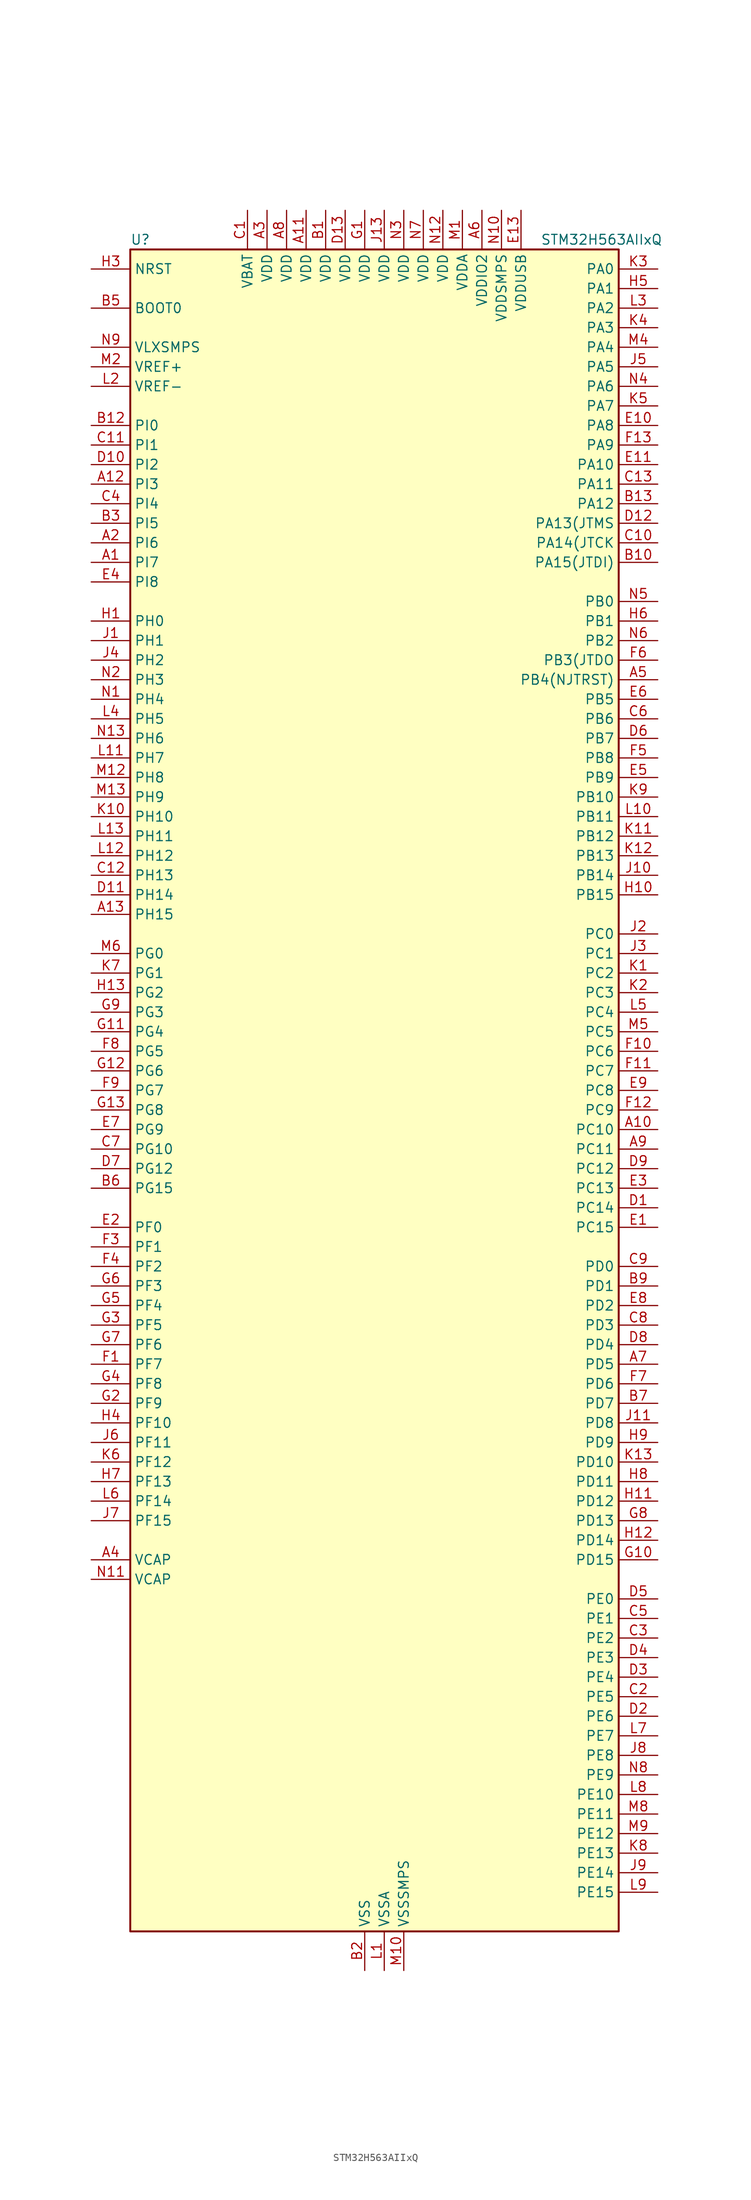
<source format=kicad_sym>
(kicad_symbol_lib
  (version 20231120)
  (generator "kicad_symbol_editor")
  (generator_version "8.0")
  (symbol "STM32H563AIIxQ"
    (property "Reference" "U"
      (at -30.48 110.49 0)
      (effects (font (size 1.27 1.27)) (justify left)))
    (property "Value" "STM32H563AIIxQ"
      (at 22.86 110.49 0)
      (effects (font (size 1.27 1.27)) (justify left)))
    (property "ki_locked" ""
      (at 0 0 0)
      (effects (font (size 1.27 1.27))))
    (symbol "STM32H563AIIxQ_0_1"
      (rectangle (start -30.48 -109.22) (end 33.02 109.22) (stroke (width 0.254) (type default)) (fill (type background))))
    (symbol "STM32H563AIIxQ_1_1"
      (pin bidirectional line (at -35.56 68.58 0) (length 5.08) (name "PI7" (effects (font (size 1.27 1.27)))) (number "A1" (effects (font (size 1.27 1.27)))) (alternate "DCMI_D7" bidirectional line) (alternate "PSSI_D7" bidirectional line) (alternate "SAI2_FS_A" bidirectional line) (alternate "TIM8_CH3" bidirectional line))
      (pin bidirectional line (at 38.1 -5.08 180) (length 5.08) (name "PC10" (effects (font (size 1.27 1.27)))) (number "A10" (effects (font (size 1.27 1.27)))) (alternate "DCMI_D8" bidirectional line) (alternate "ETH_TXD0" bidirectional line) (alternate "I2S3_CK" bidirectional line) (alternate "LPTIM3_ETR" bidirectional line) (alternate "OCTOSPI1_IO1" bidirectional line) (alternate "PSSI_D8" bidirectional line) (alternate "SDMMC1_D2" bidirectional line) (alternate "SPI3_SCK" bidirectional line) (alternate "UART4_TX" bidirectional line) (alternate "USART3_TX" bidirectional line))
      (pin power_in line (at -7.62 114.3 270) (length 5.08) (name "VDD" (effects (font (size 1.27 1.27)))) (number "A11" (effects (font (size 1.27 1.27)))))
      (pin bidirectional line (at -35.56 78.74 0) (length 5.08) (name "PI3" (effects (font (size 1.27 1.27)))) (number "A12" (effects (font (size 1.27 1.27)))) (alternate "DCMI_D10" bidirectional line) (alternate "I2S2_SDO" bidirectional line) (alternate "PSSI_D10" bidirectional line) (alternate "SPI2_MOSI" bidirectional line) (alternate "TIM8_ETR" bidirectional line))
      (pin bidirectional line (at -35.56 22.86 0) (length 5.08) (name "PH15" (effects (font (size 1.27 1.27)))) (number "A13" (effects (font (size 1.27 1.27)))) (alternate "ADC1_EXTI15" bidirectional line) (alternate "ADC2_EXTI15" bidirectional line) (alternate "DCMI_D11" bidirectional line) (alternate "PSSI_D11" bidirectional line) (alternate "TIM8_CH3N" bidirectional line))
      (pin bidirectional line (at -35.56 71.12 0) (length 5.08) (name "PI6" (effects (font (size 1.27 1.27)))) (number "A2" (effects (font (size 1.27 1.27)))) (alternate "DCMI_D6" bidirectional line) (alternate "PSSI_D6" bidirectional line) (alternate "SAI2_SD_A" bidirectional line) (alternate "TIM8_CH2" bidirectional line))
      (pin power_in line (at -12.7 114.3 270) (length 5.08) (name "VDD" (effects (font (size 1.27 1.27)))) (number "A3" (effects (font (size 1.27 1.27)))))
      (pin power_out line (at -35.56 -60.96 0) (length 5.08) (name "VCAP" (effects (font (size 1.27 1.27)))) (number "A4" (effects (font (size 1.27 1.27)))))
      (pin bidirectional line (at 38.1 53.34 180) (length 5.08) (name "PB4(NJTRST)" (effects (font (size 1.27 1.27)))) (number "A5" (effects (font (size 1.27 1.27)))) (alternate "DCMI_D7" bidirectional line) (alternate "DEBUG_JTRST" bidirectional line) (alternate "I2S1_SDI" bidirectional line) (alternate "I2S2_WS" bidirectional line) (alternate "I2S3_SDI" bidirectional line) (alternate "LPTIM1_CH2" bidirectional line) (alternate "OCTOSPI1_CLK" bidirectional line) (alternate "PSSI_D7" bidirectional line) (alternate "SDMMC2_D3" bidirectional line) (alternate "SPI1_MISO" bidirectional line) (alternate "SPI2_NSS" bidirectional line) (alternate "SPI3_MISO" bidirectional line) (alternate "SPI6_MISO" bidirectional line) (alternate "TIM16_BKIN" bidirectional line) (alternate "TIM3_CH1" bidirectional line) (alternate "UART7_TX" bidirectional line))
      (pin power_in line (at 15.24 114.3 270) (length 5.08) (name "VDDIO2" (effects (font (size 1.27 1.27)))) (number "A6" (effects (font (size 1.27 1.27)))))
      (pin bidirectional line (at 38.1 -35.56 180) (length 5.08) (name "PD5" (effects (font (size 1.27 1.27)))) (number "A7" (effects (font (size 1.27 1.27)))) (alternate "FDCAN1_TX" bidirectional line) (alternate "FMC_NWE" bidirectional line) (alternate "OCTOSPI1_IO5" bidirectional line) (alternate "SPI2_RDY" bidirectional line) (alternate "TIM1_CH4N" bidirectional line) (alternate "USART2_TX" bidirectional line))
      (pin power_in line (at -10.16 114.3 270) (length 5.08) (name "VDD" (effects (font (size 1.27 1.27)))) (number "A8" (effects (font (size 1.27 1.27)))))
      (pin bidirectional line (at 38.1 -7.62 180) (length 5.08) (name "PC11" (effects (font (size 1.27 1.27)))) (number "A9" (effects (font (size 1.27 1.27)))) (alternate "ADC1_EXTI11" bidirectional line) (alternate "ADC2_EXTI11" bidirectional line) (alternate "DCMI_D4" bidirectional line) (alternate "I2S3_SDI" bidirectional line) (alternate "LPTIM3_IN1" bidirectional line) (alternate "OCTOSPI1_NCS" bidirectional line) (alternate "PSSI_D4" bidirectional line) (alternate "SDMMC1_D3" bidirectional line) (alternate "SPI3_MISO" bidirectional line) (alternate "UART4_RX" bidirectional line) (alternate "USART3_RX" bidirectional line))
      (pin power_in line (at -5.08 114.3 270) (length 5.08) (name "VDD" (effects (font (size 1.27 1.27)))) (number "B1" (effects (font (size 1.27 1.27)))))
      (pin bidirectional line (at 38.1 68.58 180) (length 5.08) (name "PA15(JTDI)" (effects (font (size 1.27 1.27)))) (number "B10" (effects (font (size 1.27 1.27)))) (alternate "ADC1_EXTI15" bidirectional line) (alternate "ADC2_EXTI15" bidirectional line) (alternate "CEC" bidirectional line) (alternate "DCMI_D11" bidirectional line) (alternate "DEBUG_JTDI" bidirectional line) (alternate "FMC_NBL1" bidirectional line) (alternate "I2S1_WS" bidirectional line) (alternate "I2S3_WS" bidirectional line) (alternate "LPTIM3_IN2" bidirectional line) (alternate "PSSI_D11" bidirectional line) (alternate "SPI1_NSS" bidirectional line) (alternate "SPI3_NSS" bidirectional line) (alternate "SPI6_NSS" bidirectional line) (alternate "TIM2_CH1" bidirectional line) (alternate "TIM2_ETR" bidirectional line) (alternate "UART4_DE" bidirectional line) (alternate "UART4_RTS" bidirectional line) (alternate "UART7_TX" bidirectional line))
      (pin passive line (at 0 -114.3 90) (length 5.08) hide (name "VSS" (effects (font (size 1.27 1.27)))) (number "B11" (effects (font (size 1.27 1.27)))))
      (pin bidirectional line (at -35.56 86.36 0) (length 5.08) (name "PI0" (effects (font (size 1.27 1.27)))) (number "B12" (effects (font (size 1.27 1.27)))) (alternate "DCMI_D13" bidirectional line) (alternate "I2S2_WS" bidirectional line) (alternate "PSSI_D13" bidirectional line) (alternate "SPI2_NSS" bidirectional line) (alternate "TIM5_CH4" bidirectional line))
      (pin bidirectional line (at 38.1 76.2 180) (length 5.08) (name "PA12" (effects (font (size 1.27 1.27)))) (number "B13" (effects (font (size 1.27 1.27)))) (alternate "FDCAN1_TX" bidirectional line) (alternate "I2S2_CK" bidirectional line) (alternate "LPUART1_RTS" bidirectional line) (alternate "SAI2_FS_B" bidirectional line) (alternate "SPI2_SCK" bidirectional line) (alternate "TIM1_ETR" bidirectional line) (alternate "UART4_TX" bidirectional line) (alternate "USART1_RTS" bidirectional line) (alternate "USB_DP" bidirectional line))
      (pin power_in line (at 0 -114.3 90) (length 5.08) (name "VSS" (effects (font (size 1.27 1.27)))) (number "B2" (effects (font (size 1.27 1.27)))))
      (pin bidirectional line (at -35.56 73.66 0) (length 5.08) (name "PI5" (effects (font (size 1.27 1.27)))) (number "B3" (effects (font (size 1.27 1.27)))) (alternate "DCMI_VSYNC" bidirectional line) (alternate "PSSI_RDY" bidirectional line) (alternate "SAI2_SCK_A" bidirectional line) (alternate "TIM8_CH1" bidirectional line))
      (pin passive line (at 0 -114.3 90) (length 5.08) hide (name "VSS" (effects (font (size 1.27 1.27)))) (number "B4" (effects (font (size 1.27 1.27)))))
      (pin input line (at -35.56 101.6 0) (length 5.08) (name "BOOT0" (effects (font (size 1.27 1.27)))) (number "B5" (effects (font (size 1.27 1.27)))))
      (pin bidirectional line (at -35.56 -12.7 0) (length 5.08) (name "PG15" (effects (font (size 1.27 1.27)))) (number "B6" (effects (font (size 1.27 1.27)))) (alternate "ADC1_EXTI15" bidirectional line) (alternate "ADC2_EXTI15" bidirectional line) (alternate "DCMI_D13" bidirectional line) (alternate "FMC_SDNCAS" bidirectional line) (alternate "PSSI_D13" bidirectional line) (alternate "SPI4_RDY" bidirectional line) (alternate "USART10_CK" bidirectional line) (alternate "USART6_CTS" bidirectional line) (alternate "USART6_NSS" bidirectional line))
      (pin bidirectional line (at 38.1 -40.64 180) (length 5.08) (name "PD7" (effects (font (size 1.27 1.27)))) (number "B7" (effects (font (size 1.27 1.27)))) (alternate "FMC_NCE" bidirectional line) (alternate "FMC_NE1" bidirectional line) (alternate "I2S1_SDO" bidirectional line) (alternate "LPTIM4_OUT" bidirectional line) (alternate "OCTOSPI1_IO7" bidirectional line) (alternate "SDMMC2_CMD" bidirectional line) (alternate "SPI1_MOSI" bidirectional line) (alternate "USART2_CK" bidirectional line))
      (pin passive line (at 0 -114.3 90) (length 5.08) hide (name "VSS" (effects (font (size 1.27 1.27)))) (number "B8" (effects (font (size 1.27 1.27)))))
      (pin bidirectional line (at 38.1 -25.4 180) (length 5.08) (name "PD1" (effects (font (size 1.27 1.27)))) (number "B9" (effects (font (size 1.27 1.27)))) (alternate "FDCAN1_TX" bidirectional line) (alternate "FMC_D3" bidirectional line) (alternate "FMC_DA3" bidirectional line) (alternate "UART4_TX" bidirectional line))
      (pin power_in line (at -15.24 114.3 270) (length 5.08) (name "VBAT" (effects (font (size 1.27 1.27)))) (number "C1" (effects (font (size 1.27 1.27)))))
      (pin bidirectional line (at 38.1 71.12 180) (length 5.08) (name "PA14(JTCK" (effects (font (size 1.27 1.27)))) (number "C10" (effects (font (size 1.27 1.27)))) (alternate "DEBUG_JTCK-SWCLK" bidirectional line))
      (pin bidirectional line (at -35.56 83.82 0) (length 5.08) (name "PI1" (effects (font (size 1.27 1.27)))) (number "C11" (effects (font (size 1.27 1.27)))) (alternate "DCMI_D8" bidirectional line) (alternate "I2S2_CK" bidirectional line) (alternate "PSSI_D8" bidirectional line) (alternate "SPI2_SCK" bidirectional line) (alternate "TIM8_BKIN2" bidirectional line))
      (pin bidirectional line (at -35.56 27.94 0) (length 5.08) (name "PH13" (effects (font (size 1.27 1.27)))) (number "C12" (effects (font (size 1.27 1.27)))) (alternate "DCMI_D3" bidirectional line) (alternate "FDCAN1_TX" bidirectional line) (alternate "LPTIM1_IN2" bidirectional line) (alternate "PSSI_D3" bidirectional line) (alternate "TIM8_CH1N" bidirectional line) (alternate "UART4_TX" bidirectional line) (alternate "UART8_TX" bidirectional line))
      (pin bidirectional line (at 38.1 78.74 180) (length 5.08) (name "PA11" (effects (font (size 1.27 1.27)))) (number "C13" (effects (font (size 1.27 1.27)))) (alternate "ADC1_EXTI11" bidirectional line) (alternate "ADC2_EXTI11" bidirectional line) (alternate "FDCAN1_RX" bidirectional line) (alternate "I2S2_WS" bidirectional line) (alternate "LPUART1_CTS" bidirectional line) (alternate "SPI2_NSS" bidirectional line) (alternate "TIM1_CH4" bidirectional line) (alternate "UART4_RX" bidirectional line) (alternate "USART1_CTS" bidirectional line) (alternate "USART1_NSS" bidirectional line) (alternate "USB_DM" bidirectional line))
      (pin bidirectional line (at 38.1 -78.74 180) (length 5.08) (name "PE5" (effects (font (size 1.27 1.27)))) (number "C2" (effects (font (size 1.27 1.27)))) (alternate "DCMI_D6" bidirectional line) (alternate "DEBUG_TRACED2" bidirectional line) (alternate "FMC_A21" bidirectional line) (alternate "PSSI_D6" bidirectional line) (alternate "SAI1_CK2" bidirectional line) (alternate "SAI1_SCK_A" bidirectional line) (alternate "SPI4_MISO" bidirectional line) (alternate "TAMP_IN8" bidirectional line) (alternate "TAMP_OUT7" bidirectional line) (alternate "TIM15_CH1" bidirectional line))
      (pin bidirectional line (at 38.1 -71.12 180) (length 5.08) (name "PE2" (effects (font (size 1.27 1.27)))) (number "C3" (effects (font (size 1.27 1.27)))) (alternate "DCMI_D3" bidirectional line) (alternate "DEBUG_TRACECLK" bidirectional line) (alternate "ETH_TXD3" bidirectional line) (alternate "FMC_A23" bidirectional line) (alternate "LPTIM1_IN2" bidirectional line) (alternate "OCTOSPI1_IO2" bidirectional line) (alternate "PSSI_D3" bidirectional line) (alternate "SAI1_CK1" bidirectional line) (alternate "SAI1_MCLK_A" bidirectional line) (alternate "SPI4_SCK" bidirectional line) (alternate "UART8_TX" bidirectional line) (alternate "USART10_RX" bidirectional line))
      (pin bidirectional line (at -35.56 76.2 0) (length 5.08) (name "PI4" (effects (font (size 1.27 1.27)))) (number "C4" (effects (font (size 1.27 1.27)))) (alternate "DCMI_D5" bidirectional line) (alternate "PSSI_D5" bidirectional line) (alternate "SAI2_MCLK_A" bidirectional line) (alternate "SPI2_RDY" bidirectional line) (alternate "TIM8_BKIN" bidirectional line))
      (pin bidirectional line (at 38.1 -68.58 180) (length 5.08) (name "PE1" (effects (font (size 1.27 1.27)))) (number "C5" (effects (font (size 1.27 1.27)))) (alternate "DCMI_D3" bidirectional line) (alternate "FDCAN1_TX" bidirectional line) (alternate "FMC_NBL1" bidirectional line) (alternate "LPTIM1_IN2" bidirectional line) (alternate "PSSI_D3" bidirectional line) (alternate "UART8_TX" bidirectional line))
      (pin bidirectional line (at 38.1 48.26 180) (length 5.08) (name "PB6" (effects (font (size 1.27 1.27)))) (number "C6" (effects (font (size 1.27 1.27)))) (alternate "CEC" bidirectional line) (alternate "DCMI_D5" bidirectional line) (alternate "FDCAN2_TX" bidirectional line) (alternate "FMC_SDNE1" bidirectional line) (alternate "I2C1_SCL" bidirectional line) (alternate "I2C4_SCL" bidirectional line) (alternate "I3C1_SCL" bidirectional line) (alternate "LPUART1_TX" bidirectional line) (alternate "OCTOSPI1_NCS" bidirectional line) (alternate "PSSI_D5" bidirectional line) (alternate "TIM16_CH1N" bidirectional line) (alternate "TIM4_CH1" bidirectional line) (alternate "UART5_TX" bidirectional line) (alternate "USART1_TX" bidirectional line))
      (pin bidirectional line (at -35.56 -7.62 0) (length 5.08) (name "PG10" (effects (font (size 1.27 1.27)))) (number "C7" (effects (font (size 1.27 1.27)))) (alternate "DCMI_D2" bidirectional line) (alternate "FMC_NE3" bidirectional line) (alternate "I2S1_WS" bidirectional line) (alternate "PSSI_D2" bidirectional line) (alternate "SAI2_SD_B" bidirectional line) (alternate "SDMMC2_D1" bidirectional line) (alternate "SPI1_NSS" bidirectional line))
      (pin bidirectional line (at 38.1 -30.48 180) (length 5.08) (name "PD3" (effects (font (size 1.27 1.27)))) (number "C8" (effects (font (size 1.27 1.27)))) (alternate "DCMI_D5" bidirectional line) (alternate "FMC_CLK" bidirectional line) (alternate "I2S2_CK" bidirectional line) (alternate "PSSI_D5" bidirectional line) (alternate "PWR_WKUP8" bidirectional line) (alternate "SPI2_SCK" bidirectional line) (alternate "USART2_CTS" bidirectional line) (alternate "USART2_NSS" bidirectional line))
      (pin bidirectional line (at 38.1 -22.86 180) (length 5.08) (name "PD0" (effects (font (size 1.27 1.27)))) (number "C9" (effects (font (size 1.27 1.27)))) (alternate "FDCAN1_RX" bidirectional line) (alternate "FMC_D2" bidirectional line) (alternate "FMC_DA2" bidirectional line) (alternate "TIM8_CH4N" bidirectional line) (alternate "UART4_RX" bidirectional line) (alternate "UART9_CTS" bidirectional line))
      (pin bidirectional line (at 38.1 -15.24 180) (length 5.08) (name "PC14" (effects (font (size 1.27 1.27)))) (number "D1" (effects (font (size 1.27 1.27)))) (alternate "RCC_OSC32_IN" bidirectional line))
      (pin bidirectional line (at -35.56 81.28 0) (length 5.08) (name "PI2" (effects (font (size 1.27 1.27)))) (number "D10" (effects (font (size 1.27 1.27)))) (alternate "DCMI_D9" bidirectional line) (alternate "I2S2_SDI" bidirectional line) (alternate "PSSI_D9" bidirectional line) (alternate "SPI2_MISO" bidirectional line) (alternate "TIM8_CH4" bidirectional line))
      (pin bidirectional line (at -35.56 25.4 0) (length 5.08) (name "PH14" (effects (font (size 1.27 1.27)))) (number "D11" (effects (font (size 1.27 1.27)))) (alternate "DCMI_D4" bidirectional line) (alternate "FDCAN1_RX" bidirectional line) (alternate "PSSI_D4" bidirectional line) (alternate "TIM8_CH2N" bidirectional line) (alternate "UART4_RX" bidirectional line))
      (pin bidirectional line (at 38.1 73.66 180) (length 5.08) (name "PA13(JTMS" (effects (font (size 1.27 1.27)))) (number "D12" (effects (font (size 1.27 1.27)))) (alternate "DEBUG_JTMS-SWDIO" bidirectional line))
      (pin power_in line (at -2.54 114.3 270) (length 5.08) (name "VDD" (effects (font (size 1.27 1.27)))) (number "D13" (effects (font (size 1.27 1.27)))))
      (pin bidirectional line (at 38.1 -81.28 180) (length 5.08) (name "PE6" (effects (font (size 1.27 1.27)))) (number "D2" (effects (font (size 1.27 1.27)))) (alternate "DCMI_D7" bidirectional line) (alternate "DEBUG_TRACED3" bidirectional line) (alternate "FMC_A22" bidirectional line) (alternate "PSSI_D7" bidirectional line) (alternate "SAI1_D1" bidirectional line) (alternate "SAI1_SD_A" bidirectional line) (alternate "SAI2_MCLK_B" bidirectional line) (alternate "SPI4_MOSI" bidirectional line) (alternate "TAMP_IN3" bidirectional line) (alternate "TAMP_OUT6" bidirectional line) (alternate "TIM15_CH2" bidirectional line) (alternate "TIM1_BKIN2" bidirectional line))
      (pin bidirectional line (at 38.1 -76.2 180) (length 5.08) (name "PE4" (effects (font (size 1.27 1.27)))) (number "D3" (effects (font (size 1.27 1.27)))) (alternate "DCMI_D4" bidirectional line) (alternate "DEBUG_TRACED1" bidirectional line) (alternate "FMC_A20" bidirectional line) (alternate "PSSI_D4" bidirectional line) (alternate "SAI1_D2" bidirectional line) (alternate "SAI1_FS_A" bidirectional line) (alternate "SPI4_NSS" bidirectional line) (alternate "TAMP_IN7" bidirectional line) (alternate "TAMP_OUT8" bidirectional line) (alternate "TIM15_CH1N" bidirectional line))
      (pin bidirectional line (at 38.1 -73.66 180) (length 5.08) (name "PE3" (effects (font (size 1.27 1.27)))) (number "D4" (effects (font (size 1.27 1.27)))) (alternate "DEBUG_TRACED0" bidirectional line) (alternate "FMC_A19" bidirectional line) (alternate "SAI1_SD_B" bidirectional line) (alternate "TAMP_IN6" bidirectional line) (alternate "TAMP_OUT3" bidirectional line) (alternate "TIM15_BKIN" bidirectional line) (alternate "USART10_TX" bidirectional line))
      (pin bidirectional line (at 38.1 -66.04 180) (length 5.08) (name "PE0" (effects (font (size 1.27 1.27)))) (number "D5" (effects (font (size 1.27 1.27)))) (alternate "DCMI_D2" bidirectional line) (alternate "FDCAN1_RX" bidirectional line) (alternate "FMC_NBL0" bidirectional line) (alternate "LPTIM1_ETR" bidirectional line) (alternate "LPTIM2_CH2" bidirectional line) (alternate "LPTIM2_ETR" bidirectional line) (alternate "PSSI_D2" bidirectional line) (alternate "SAI2_MCLK_A" bidirectional line) (alternate "SPI3_RDY" bidirectional line) (alternate "TIM4_ETR" bidirectional line) (alternate "UART8_RX" bidirectional line))
      (pin bidirectional line (at 38.1 45.72 180) (length 5.08) (name "PB7" (effects (font (size 1.27 1.27)))) (number "D6" (effects (font (size 1.27 1.27)))) (alternate "DCMI_VSYNC" bidirectional line) (alternate "FDCAN1_TX" bidirectional line) (alternate "FMC_NL" bidirectional line) (alternate "I2C1_SDA" bidirectional line) (alternate "I2C4_SDA" bidirectional line) (alternate "I3C1_SDA" bidirectional line) (alternate "LPUART1_RX" bidirectional line) (alternate "PSSI_RDY" bidirectional line) (alternate "PWR_WKUP5" bidirectional line) (alternate "SDMMC2_CKIN" bidirectional line) (alternate "SDMMC2_D5" bidirectional line) (alternate "TIM17_CH1N" bidirectional line) (alternate "TIM4_CH2" bidirectional line) (alternate "USART1_RX" bidirectional line))
      (pin bidirectional line (at -35.56 -10.16 0) (length 5.08) (name "PG12" (effects (font (size 1.27 1.27)))) (number "D7" (effects (font (size 1.27 1.27)))) (alternate "DCMI_D11" bidirectional line) (alternate "ETH_TXD1" bidirectional line) (alternate "FMC_NE4" bidirectional line) (alternate "LPTIM1_IN1" bidirectional line) (alternate "LPTIM5_CH1" bidirectional line) (alternate "PSSI_D11" bidirectional line) (alternate "PSSI_D15" bidirectional line) (alternate "SDMMC2_D3" bidirectional line) (alternate "SPI6_MISO" bidirectional line) (alternate "USART10_TX" bidirectional line) (alternate "USART6_RTS" bidirectional line))
      (pin bidirectional line (at 38.1 -33.02 180) (length 5.08) (name "PD4" (effects (font (size 1.27 1.27)))) (number "D8" (effects (font (size 1.27 1.27)))) (alternate "FMC_NOE" bidirectional line) (alternate "OCTOSPI1_IO4" bidirectional line) (alternate "USART2_RTS" bidirectional line))
      (pin bidirectional line (at 38.1 -10.16 180) (length 5.08) (name "PC12" (effects (font (size 1.27 1.27)))) (number "D9" (effects (font (size 1.27 1.27)))) (alternate "DCMI_D9" bidirectional line) (alternate "DEBUG_TRACED3" bidirectional line) (alternate "I2S3_SDO" bidirectional line) (alternate "PSSI_D9" bidirectional line) (alternate "SDMMC1_CK" bidirectional line) (alternate "SPI3_MOSI" bidirectional line) (alternate "SPI6_SCK" bidirectional line) (alternate "TIM15_CH1" bidirectional line) (alternate "UART5_TX" bidirectional line) (alternate "USART3_CK" bidirectional line))
      (pin bidirectional line (at 38.1 -17.78 180) (length 5.08) (name "PC15" (effects (font (size 1.27 1.27)))) (number "E1" (effects (font (size 1.27 1.27)))) (alternate "ADC1_EXTI15" bidirectional line) (alternate "ADC2_EXTI15" bidirectional line) (alternate "RCC_OSC32_OUT" bidirectional line))
      (pin bidirectional line (at 38.1 86.36 180) (length 5.08) (name "PA8" (effects (font (size 1.27 1.27)))) (number "E10" (effects (font (size 1.27 1.27)))) (alternate "DCMI_D3" bidirectional line) (alternate "FMC_NOE" bidirectional line) (alternate "I2C3_SCL" bidirectional line) (alternate "PSSI_D3" bidirectional line) (alternate "RCC_MCO_1" bidirectional line) (alternate "SPI1_RDY" bidirectional line) (alternate "TIM1_CH1" bidirectional line) (alternate "TIM8_BKIN2" bidirectional line) (alternate "UART7_RX" bidirectional line) (alternate "USART1_CK" bidirectional line) (alternate "USB_SOF" bidirectional line))
      (pin bidirectional line (at 38.1 81.28 180) (length 5.08) (name "PA10" (effects (font (size 1.27 1.27)))) (number "E11" (effects (font (size 1.27 1.27)))) (alternate "DCMI_D1" bidirectional line) (alternate "FDCAN2_TX" bidirectional line) (alternate "LPTIM2_IN2" bidirectional line) (alternate "LPUART1_RX" bidirectional line) (alternate "PSSI_D1" bidirectional line) (alternate "SDMMC1_D0" bidirectional line) (alternate "TIM1_CH3" bidirectional line) (alternate "UCPD1_FRSTX" bidirectional line) (alternate "USART1_RX" bidirectional line))
      (pin passive line (at 0 -114.3 90) (length 5.08) hide (name "VSS" (effects (font (size 1.27 1.27)))) (number "E12" (effects (font (size 1.27 1.27)))))
      (pin power_in line (at 20.32 114.3 270) (length 5.08) (name "VDDUSB" (effects (font (size 1.27 1.27)))) (number "E13" (effects (font (size 1.27 1.27)))))
      (pin bidirectional line (at -35.56 -17.78 0) (length 5.08) (name "PF0" (effects (font (size 1.27 1.27)))) (number "E2" (effects (font (size 1.27 1.27)))) (alternate "FMC_A0" bidirectional line) (alternate "I2C2_SDA" bidirectional line) (alternate "LPTIM5_CH1" bidirectional line))
      (pin bidirectional line (at 38.1 -12.7 180) (length 5.08) (name "PC13" (effects (font (size 1.27 1.27)))) (number "E3" (effects (font (size 1.27 1.27)))) (alternate "PWR_WKUP4" bidirectional line) (alternate "RTC_OUT1" bidirectional line) (alternate "RTC_TS" bidirectional line) (alternate "TAMP_IN1" bidirectional line) (alternate "TAMP_OUT2" bidirectional line) (alternate "TAMP_OUT3" bidirectional line))
      (pin bidirectional line (at -35.56 66.04 0) (length 5.08) (name "PI8" (effects (font (size 1.27 1.27)))) (number "E4" (effects (font (size 1.27 1.27)))) (alternate "PWR_WKUP3" bidirectional line) (alternate "RTC_OUT2" bidirectional line) (alternate "TAMP_IN2" bidirectional line) (alternate "TAMP_OUT3" bidirectional line))
      (pin bidirectional line (at 38.1 40.64 180) (length 5.08) (name "PB9" (effects (font (size 1.27 1.27)))) (number "E5" (effects (font (size 1.27 1.27)))) (alternate "DAC1_EXTI9" bidirectional line) (alternate "DCMI_D7" bidirectional line) (alternate "FDCAN1_TX" bidirectional line) (alternate "I2C1_SDA" bidirectional line) (alternate "I2C4_SDA" bidirectional line) (alternate "I2S2_WS" bidirectional line) (alternate "I3C1_SDA" bidirectional line) (alternate "PSSI_D7" bidirectional line) (alternate "SDMMC1_CDIR" bidirectional line) (alternate "SDMMC1_D5" bidirectional line) (alternate "SDMMC2_CKIN" bidirectional line) (alternate "SDMMC2_D5" bidirectional line) (alternate "SPI2_NSS" bidirectional line) (alternate "TIM17_CH1" bidirectional line) (alternate "TIM4_CH4" bidirectional line) (alternate "UART4_TX" bidirectional line))
      (pin bidirectional line (at 38.1 50.8 180) (length 5.08) (name "PB5" (effects (font (size 1.27 1.27)))) (number "E6" (effects (font (size 1.27 1.27)))) (alternate "DCMI_D10" bidirectional line) (alternate "ETH_PPS_OUT" bidirectional line) (alternate "FDCAN2_RX" bidirectional line) (alternate "FMC_SDCKE1" bidirectional line) (alternate "I2C1_SMBA" bidirectional line) (alternate "I2C4_SMBA" bidirectional line) (alternate "I2S1_SDO" bidirectional line) (alternate "I2S3_SDO" bidirectional line) (alternate "OCTOSPI1_NCLK" bidirectional line) (alternate "PSSI_D10" bidirectional line) (alternate "SPI1_MOSI" bidirectional line) (alternate "SPI3_MOSI" bidirectional line) (alternate "SPI6_MOSI" bidirectional line) (alternate "TIM17_BKIN" bidirectional line) (alternate "TIM3_CH2" bidirectional line) (alternate "UART5_RX" bidirectional line))
      (pin bidirectional line (at -35.56 -5.08 0) (length 5.08) (name "PG9" (effects (font (size 1.27 1.27)))) (number "E7" (effects (font (size 1.27 1.27)))) (alternate "DAC1_EXTI9" bidirectional line) (alternate "DCMI_VSYNC" bidirectional line) (alternate "FMC_NCE" bidirectional line) (alternate "FMC_NE2" bidirectional line) (alternate "I2S1_SDI" bidirectional line) (alternate "OCTOSPI1_IO6" bidirectional line) (alternate "PSSI_RDY" bidirectional line) (alternate "SAI2_FS_B" bidirectional line) (alternate "SDMMC2_D0" bidirectional line) (alternate "SPI1_MISO" bidirectional line) (alternate "USART6_RX" bidirectional line))
      (pin bidirectional line (at 38.1 -27.94 180) (length 5.08) (name "PD2" (effects (font (size 1.27 1.27)))) (number "E8" (effects (font (size 1.27 1.27)))) (alternate "DCMI_D11" bidirectional line) (alternate "DEBUG_TRACED2" bidirectional line) (alternate "LPTIM4_ETR" bidirectional line) (alternate "PSSI_D11" bidirectional line) (alternate "PWR_WKUP7" bidirectional line) (alternate "SDMMC1_CMD" bidirectional line) (alternate "TIM15_BKIN" bidirectional line) (alternate "TIM3_ETR" bidirectional line) (alternate "UART5_RX" bidirectional line))
      (pin bidirectional line (at 38.1 0 180) (length 5.08) (name "PC8" (effects (font (size 1.27 1.27)))) (number "E9" (effects (font (size 1.27 1.27)))) (alternate "DCMI_D2" bidirectional line) (alternate "DEBUG_TRACED1" bidirectional line) (alternate "FMC_ALE" bidirectional line) (alternate "FMC_INT" bidirectional line) (alternate "FMC_NCE" bidirectional line) (alternate "FMC_NE2" bidirectional line) (alternate "PSSI_D2" bidirectional line) (alternate "SDMMC1_D0" bidirectional line) (alternate "TIM3_CH3" bidirectional line) (alternate "TIM8_CH3" bidirectional line) (alternate "UART5_DE" bidirectional line) (alternate "UART5_RTS" bidirectional line) (alternate "USART6_CK" bidirectional line))
      (pin bidirectional line (at -35.56 -35.56 0) (length 5.08) (name "PF7" (effects (font (size 1.27 1.27)))) (number "F1" (effects (font (size 1.27 1.27)))) (alternate "LPTIM5_CH2" bidirectional line) (alternate "OCTOSPI1_IO2" bidirectional line) (alternate "SAI1_MCLK_B" bidirectional line) (alternate "SPI5_SCK" bidirectional line) (alternate "TIM17_CH1" bidirectional line) (alternate "UART7_TX" bidirectional line))
      (pin bidirectional line (at 38.1 5.08 180) (length 5.08) (name "PC6" (effects (font (size 1.27 1.27)))) (number "F10" (effects (font (size 1.27 1.27)))) (alternate "DCMI_D0" bidirectional line) (alternate "FMC_NWAIT" bidirectional line) (alternate "I2S2_MCK" bidirectional line) (alternate "OCTOSPI1_IO5" bidirectional line) (alternate "PSSI_D0" bidirectional line) (alternate "SAI1_SCK_A" bidirectional line) (alternate "SDMMC1_D0DIR" bidirectional line) (alternate "SDMMC1_D6" bidirectional line) (alternate "SDMMC2_D6" bidirectional line) (alternate "TIM3_CH1" bidirectional line) (alternate "TIM8_CH1" bidirectional line) (alternate "USART6_TX" bidirectional line))
      (pin bidirectional line (at 38.1 2.54 180) (length 5.08) (name "PC7" (effects (font (size 1.27 1.27)))) (number "F11" (effects (font (size 1.27 1.27)))) (alternate "DCMI_D1" bidirectional line) (alternate "DEBUG_TRGIO" bidirectional line) (alternate "FMC_NE1" bidirectional line) (alternate "I2S3_MCK" bidirectional line) (alternate "OCTOSPI1_IO6" bidirectional line) (alternate "PSSI_D1" bidirectional line) (alternate "SDMMC1_D123DIR" bidirectional line) (alternate "SDMMC1_D7" bidirectional line) (alternate "SDMMC2_D7" bidirectional line) (alternate "TIM3_CH2" bidirectional line) (alternate "TIM8_CH2" bidirectional line) (alternate "USART6_RX" bidirectional line))
      (pin bidirectional line (at 38.1 -2.54 180) (length 5.08) (name "PC9" (effects (font (size 1.27 1.27)))) (number "F12" (effects (font (size 1.27 1.27)))) (alternate "AUDIOCLK" bidirectional line) (alternate "DAC1_EXTI9" bidirectional line) (alternate "DCMI_D3" bidirectional line) (alternate "FMC_CLE" bidirectional line) (alternate "I2C3_SDA" bidirectional line) (alternate "OCTOSPI1_IO0" bidirectional line) (alternate "PSSI_D3" bidirectional line) (alternate "RCC_MCO_2" bidirectional line) (alternate "SDMMC1_D1" bidirectional line) (alternate "TIM3_CH4" bidirectional line) (alternate "TIM8_CH4" bidirectional line) (alternate "UART5_CTS" bidirectional line) (alternate "UCPD1_DB2" bidirectional line))
      (pin bidirectional line (at 38.1 83.82 180) (length 5.08) (name "PA9" (effects (font (size 1.27 1.27)))) (number "F13" (effects (font (size 1.27 1.27)))) (alternate "DAC1_EXTI9" bidirectional line) (alternate "DCMI_D0" bidirectional line) (alternate "ETH_TX_ER" bidirectional line) (alternate "FMC_NWE" bidirectional line) (alternate "I2C3_SMBA" bidirectional line) (alternate "I2S2_CK" bidirectional line) (alternate "LPUART1_TX" bidirectional line) (alternate "PSSI_D0" bidirectional line) (alternate "SPI2_SCK" bidirectional line) (alternate "TIM1_CH2" bidirectional line) (alternate "UCPD1_DB1" bidirectional line) (alternate "USART1_TX" bidirectional line))
      (pin passive line (at 0 -114.3 90) (length 5.08) hide (name "VSS" (effects (font (size 1.27 1.27)))) (number "F2" (effects (font (size 1.27 1.27)))))
      (pin bidirectional line (at -35.56 -20.32 0) (length 5.08) (name "PF1" (effects (font (size 1.27 1.27)))) (number "F3" (effects (font (size 1.27 1.27)))) (alternate "FMC_A1" bidirectional line) (alternate "I2C2_SCL" bidirectional line) (alternate "LPTIM5_CH2" bidirectional line))
      (pin bidirectional line (at -35.56 -22.86 0) (length 5.08) (name "PF2" (effects (font (size 1.27 1.27)))) (number "F4" (effects (font (size 1.27 1.27)))) (alternate "FMC_A2" bidirectional line) (alternate "I2C2_SMBA" bidirectional line) (alternate "LPTIM3_CH2" bidirectional line) (alternate "LPTIM3_IN2" bidirectional line) (alternate "LPTIM5_IN1" bidirectional line) (alternate "UART12_TX" bidirectional line) (alternate "USART11_CK" bidirectional line))
      (pin bidirectional line (at 38.1 43.18 180) (length 5.08) (name "PB8" (effects (font (size 1.27 1.27)))) (number "F5" (effects (font (size 1.27 1.27)))) (alternate "DCMI_D6" bidirectional line) (alternate "ETH_TXD3" bidirectional line) (alternate "FDCAN1_RX" bidirectional line) (alternate "I2C1_SCL" bidirectional line) (alternate "I2C4_SCL" bidirectional line) (alternate "I3C1_SCL" bidirectional line) (alternate "PSSI_D6" bidirectional line) (alternate "SDMMC1_CKIN" bidirectional line) (alternate "SDMMC1_D4" bidirectional line) (alternate "SDMMC2_D4" bidirectional line) (alternate "SPI4_RDY" bidirectional line) (alternate "TIM16_CH1" bidirectional line) (alternate "TIM4_CH3" bidirectional line) (alternate "UART4_RX" bidirectional line))
      (pin bidirectional line (at 38.1 55.88 180) (length 5.08) (name "PB3(JTDO" (effects (font (size 1.27 1.27)))) (number "F6" (effects (font (size 1.27 1.27)))) (alternate "CRS_SYNC" bidirectional line) (alternate "DEBUG_JTDO-SWO" bidirectional line) (alternate "I2C2_SDA" bidirectional line) (alternate "I2S1_CK" bidirectional line) (alternate "I2S3_CK" bidirectional line) (alternate "LPTIM6_ETR" bidirectional line) (alternate "SDMMC2_D2" bidirectional line) (alternate "SPI1_SCK" bidirectional line) (alternate "SPI3_SCK" bidirectional line) (alternate "SPI6_SCK" bidirectional line) (alternate "TIM2_CH2" bidirectional line) (alternate "UART12_CTS" bidirectional line) (alternate "UART7_RX" bidirectional line))
      (pin bidirectional line (at 38.1 -38.1 180) (length 5.08) (name "PD6" (effects (font (size 1.27 1.27)))) (number "F7" (effects (font (size 1.27 1.27)))) (alternate "DCMI_D10" bidirectional line) (alternate "FMC_NWAIT" bidirectional line) (alternate "I2S3_SDO" bidirectional line) (alternate "OCTOSPI1_IO6" bidirectional line) (alternate "PSSI_D10" bidirectional line) (alternate "SAI1_D1" bidirectional line) (alternate "SAI1_SD_A" bidirectional line) (alternate "SDMMC2_CK" bidirectional line) (alternate "SPI3_MOSI" bidirectional line) (alternate "USART2_RX" bidirectional line))
      (pin bidirectional line (at -35.56 5.08 0) (length 5.08) (name "PG5" (effects (font (size 1.27 1.27)))) (number "F8" (effects (font (size 1.27 1.27)))) (alternate "FMC_A15" bidirectional line) (alternate "FMC_BA1" bidirectional line) (alternate "TIM1_ETR" bidirectional line))
      (pin bidirectional line (at -35.56 0 0) (length 5.08) (name "PG7" (effects (font (size 1.27 1.27)))) (number "F9" (effects (font (size 1.27 1.27)))) (alternate "DCMI_D13" bidirectional line) (alternate "FMC_INT" bidirectional line) (alternate "I2C4_SCL" bidirectional line) (alternate "I3C1_SCL" bidirectional line) (alternate "PSSI_D13" bidirectional line) (alternate "SAI1_CK2" bidirectional line) (alternate "SAI1_MCLK_A" bidirectional line) (alternate "UCPD1_FRSTX" bidirectional line) (alternate "USART6_CK" bidirectional line))
      (pin power_in line (at 0 114.3 270) (length 5.08) (name "VDD" (effects (font (size 1.27 1.27)))) (number "G1" (effects (font (size 1.27 1.27)))))
      (pin bidirectional line (at 38.1 -60.96 180) (length 5.08) (name "PD15" (effects (font (size 1.27 1.27)))) (number "G10" (effects (font (size 1.27 1.27)))) (alternate "ADC1_EXTI15" bidirectional line) (alternate "ADC2_EXTI15" bidirectional line) (alternate "FMC_D1" bidirectional line) (alternate "FMC_DA1" bidirectional line) (alternate "TIM4_CH4" bidirectional line) (alternate "UART8_RTS" bidirectional line) (alternate "UART9_TX" bidirectional line))
      (pin bidirectional line (at -35.56 7.62 0) (length 5.08) (name "PG4" (effects (font (size 1.27 1.27)))) (number "G11" (effects (font (size 1.27 1.27)))) (alternate "FMC_A14" bidirectional line) (alternate "FMC_BA0" bidirectional line) (alternate "LPTIM4_ETR" bidirectional line) (alternate "TIM1_BKIN2" bidirectional line))
      (pin bidirectional line (at -35.56 2.54 0) (length 5.08) (name "PG6" (effects (font (size 1.27 1.27)))) (number "G12" (effects (font (size 1.27 1.27)))) (alternate "DCMI_D12" bidirectional line) (alternate "FMC_NE3" bidirectional line) (alternate "I2C4_SDA" bidirectional line) (alternate "I3C1_SDA" bidirectional line) (alternate "OCTOSPI1_NCS" bidirectional line) (alternate "PSSI_D12" bidirectional line) (alternate "SPI1_RDY" bidirectional line) (alternate "TIM17_BKIN" bidirectional line) (alternate "UCPD1_FRSTX" bidirectional line))
      (pin bidirectional line (at -35.56 -2.54 0) (length 5.08) (name "PG8" (effects (font (size 1.27 1.27)))) (number "G13" (effects (font (size 1.27 1.27)))) (alternate "ETH_PPS_OUT" bidirectional line) (alternate "FMC_SDCLK" bidirectional line) (alternate "SPI6_NSS" bidirectional line) (alternate "TIM8_ETR" bidirectional line) (alternate "USART6_RTS" bidirectional line))
      (pin bidirectional line (at -35.56 -40.64 0) (length 5.08) (name "PF9" (effects (font (size 1.27 1.27)))) (number "G2" (effects (font (size 1.27 1.27)))) (alternate "DAC1_EXTI9" bidirectional line) (alternate "LPTIM5_IN2" bidirectional line) (alternate "OCTOSPI1_IO1" bidirectional line) (alternate "SAI1_FS_B" bidirectional line) (alternate "SPI5_MOSI" bidirectional line) (alternate "TIM14_CH1" bidirectional line) (alternate "TIM17_CH1N" bidirectional line) (alternate "UART7_CTS" bidirectional line))
      (pin bidirectional line (at -35.56 -30.48 0) (length 5.08) (name "PF5" (effects (font (size 1.27 1.27)))) (number "G3" (effects (font (size 1.27 1.27)))) (alternate "FMC_A5" bidirectional line) (alternate "I2C4_SCL" bidirectional line) (alternate "I3C1_SCL" bidirectional line) (alternate "LPTIM3_CH1" bidirectional line) (alternate "LPTIM3_IN1" bidirectional line) (alternate "UART12_RX" bidirectional line) (alternate "USART11_CTS" bidirectional line) (alternate "USART11_NSS" bidirectional line))
      (pin bidirectional line (at -35.56 -38.1 0) (length 5.08) (name "PF8" (effects (font (size 1.27 1.27)))) (number "G4" (effects (font (size 1.27 1.27)))) (alternate "LPTIM5_IN1" bidirectional line) (alternate "OCTOSPI1_IO0" bidirectional line) (alternate "SAI1_SCK_B" bidirectional line) (alternate "SPI5_MISO" bidirectional line) (alternate "TIM13_CH1" bidirectional line) (alternate "TIM16_CH1N" bidirectional line) (alternate "UART7_RTS" bidirectional line))
      (pin bidirectional line (at -35.56 -27.94 0) (length 5.08) (name "PF4" (effects (font (size 1.27 1.27)))) (number "G5" (effects (font (size 1.27 1.27)))) (alternate "FMC_A4" bidirectional line) (alternate "LPTIM3_ETR" bidirectional line) (alternate "USART11_RX" bidirectional line))
      (pin bidirectional line (at -35.56 -25.4 0) (length 5.08) (name "PF3" (effects (font (size 1.27 1.27)))) (number "G6" (effects (font (size 1.27 1.27)))) (alternate "FMC_A3" bidirectional line) (alternate "LPTIM3_IN1" bidirectional line) (alternate "LPTIM5_IN2" bidirectional line) (alternate "USART11_TX" bidirectional line))
      (pin bidirectional line (at -35.56 -33.02 0) (length 5.08) (name "PF6" (effects (font (size 1.27 1.27)))) (number "G7" (effects (font (size 1.27 1.27)))) (alternate "LPTIM5_CH1" bidirectional line) (alternate "OCTOSPI1_IO3" bidirectional line) (alternate "SAI1_SD_B" bidirectional line) (alternate "SPI5_NSS" bidirectional line) (alternate "TIM16_CH1" bidirectional line) (alternate "UART7_RX" bidirectional line))
      (pin bidirectional line (at 38.1 -55.88 180) (length 5.08) (name "PD13" (effects (font (size 1.27 1.27)))) (number "G8" (effects (font (size 1.27 1.27)))) (alternate "DCMI_D13" bidirectional line) (alternate "FMC_A18" bidirectional line) (alternate "I2C4_SDA" bidirectional line) (alternate "I3C1_SDA" bidirectional line) (alternate "LPTIM1_CH1" bidirectional line) (alternate "LPTIM2_CH1" bidirectional line) (alternate "LPTIM4_IN1" bidirectional line) (alternate "OCTOSPI1_IO3" bidirectional line) (alternate "PSSI_D13" bidirectional line) (alternate "SAI2_SCK_A" bidirectional line) (alternate "TIM4_CH2" bidirectional line) (alternate "UART9_RTS" bidirectional line))
      (pin bidirectional line (at -35.56 10.16 0) (length 5.08) (name "PG3" (effects (font (size 1.27 1.27)))) (number "G9" (effects (font (size 1.27 1.27)))) (alternate "FMC_A13" bidirectional line) (alternate "LPTIM5_ETR" bidirectional line) (alternate "TIM8_BKIN2" bidirectional line) (alternate "UART12_TX" bidirectional line))
      (pin bidirectional line (at -35.56 60.96 0) (length 5.08) (name "PH0" (effects (font (size 1.27 1.27)))) (number "H1" (effects (font (size 1.27 1.27)))) (alternate "RCC_OSC_IN" bidirectional line))
      (pin bidirectional line (at 38.1 25.4 180) (length 5.08) (name "PB15" (effects (font (size 1.27 1.27)))) (number "H10" (effects (font (size 1.27 1.27)))) (alternate "ADC1_EXTI15" bidirectional line) (alternate "ADC2_EXTI15" bidirectional line) (alternate "DCMI_D2" bidirectional line) (alternate "ETH_TXD1" bidirectional line) (alternate "I2S2_SDO" bidirectional line) (alternate "OCTOSPI1_CLK" bidirectional line) (alternate "PSSI_D2" bidirectional line) (alternate "PWR_PVD_IN" bidirectional line) (alternate "RTC_REFIN" bidirectional line) (alternate "SDMMC2_D1" bidirectional line) (alternate "SPI2_MOSI" bidirectional line) (alternate "TIM12_CH2" bidirectional line) (alternate "TIM1_CH3N" bidirectional line) (alternate "TIM8_CH3N" bidirectional line) (alternate "UART4_CTS" bidirectional line) (alternate "UART5_RX" bidirectional line) (alternate "USART11_CTS" bidirectional line) (alternate "USART11_NSS" bidirectional line) (alternate "USART1_RX" bidirectional line))
      (pin bidirectional line (at 38.1 -53.34 180) (length 5.08) (name "PD12" (effects (font (size 1.27 1.27)))) (number "H11" (effects (font (size 1.27 1.27)))) (alternate "DCMI_D12" bidirectional line) (alternate "FMC_A17" bidirectional line) (alternate "FMC_ALE" bidirectional line) (alternate "I2C4_SCL" bidirectional line) (alternate "I3C1_SCL" bidirectional line) (alternate "LPTIM1_IN1" bidirectional line) (alternate "LPTIM2_IN1" bidirectional line) (alternate "OCTOSPI1_IO1" bidirectional line) (alternate "PSSI_D12" bidirectional line) (alternate "SAI1_D1" bidirectional line) (alternate "SAI2_FS_A" bidirectional line) (alternate "TIM4_CH1" bidirectional line) (alternate "UART4_TX" bidirectional line) (alternate "USART3_RTS" bidirectional line))
      (pin bidirectional line (at 38.1 -58.42 180) (length 5.08) (name "PD14" (effects (font (size 1.27 1.27)))) (number "H12" (effects (font (size 1.27 1.27)))) (alternate "FMC_D0" bidirectional line) (alternate "FMC_DA0" bidirectional line) (alternate "TIM4_CH3" bidirectional line) (alternate "UART8_CTS" bidirectional line) (alternate "UART9_RX" bidirectional line))
      (pin bidirectional line (at -35.56 12.7 0) (length 5.08) (name "PG2" (effects (font (size 1.27 1.27)))) (number "H13" (effects (font (size 1.27 1.27)))) (alternate "FMC_A12" bidirectional line) (alternate "LPTIM6_ETR" bidirectional line) (alternate "TIM8_BKIN" bidirectional line) (alternate "UART12_RX" bidirectional line))
      (pin passive line (at 0 -114.3 90) (length 5.08) hide (name "VSS" (effects (font (size 1.27 1.27)))) (number "H2" (effects (font (size 1.27 1.27)))))
      (pin input line (at -35.56 106.68 0) (length 5.08) (name "NRST" (effects (font (size 1.27 1.27)))) (number "H3" (effects (font (size 1.27 1.27)))))
      (pin bidirectional line (at -35.56 -43.18 0) (length 5.08) (name "PF10" (effects (font (size 1.27 1.27)))) (number "H4" (effects (font (size 1.27 1.27)))) (alternate "DCMI_D11" bidirectional line) (alternate "OCTOSPI1_CLK" bidirectional line) (alternate "PSSI_D11" bidirectional line) (alternate "PSSI_D15" bidirectional line) (alternate "SAI1_D3" bidirectional line) (alternate "TIM16_BKIN" bidirectional line))
      (pin bidirectional line (at 38.1 104.14 180) (length 5.08) (name "PA1" (effects (font (size 1.27 1.27)))) (number "H5" (effects (font (size 1.27 1.27)))) (alternate "ADC1_INP1" bidirectional line) (alternate "ADC2_INP1" bidirectional line) (alternate "ETH_REF_CLK" bidirectional line) (alternate "ETH_RX_CLK" bidirectional line) (alternate "LPTIM1_IN1" bidirectional line) (alternate "OCTOSPI1_DQS" bidirectional line) (alternate "OCTOSPI1_IO3" bidirectional line) (alternate "SAI2_MCLK_B" bidirectional line) (alternate "TAMP_IN5" bidirectional line) (alternate "TAMP_OUT4" bidirectional line) (alternate "TIM15_CH1N" bidirectional line) (alternate "TIM2_CH2" bidirectional line) (alternate "TIM5_CH2" bidirectional line) (alternate "UART4_RX" bidirectional line) (alternate "USART2_RTS" bidirectional line))
      (pin bidirectional line (at 38.1 60.96 180) (length 5.08) (name "PB1" (effects (font (size 1.27 1.27)))) (number "H6" (effects (font (size 1.27 1.27)))) (alternate "ADC1_INP5" bidirectional line) (alternate "ADC2_INP5" bidirectional line) (alternate "ETH_RXD3" bidirectional line) (alternate "LPTIM3_CH2" bidirectional line) (alternate "OCTOSPI1_IO0" bidirectional line) (alternate "TIM1_CH3N" bidirectional line) (alternate "TIM3_CH4" bidirectional line) (alternate "TIM8_CH3N" bidirectional line))
      (pin bidirectional line (at -35.56 -50.8 0) (length 5.08) (name "PF13" (effects (font (size 1.27 1.27)))) (number "H7" (effects (font (size 1.27 1.27)))) (alternate "ADC2_INP2" bidirectional line) (alternate "FMC_A7" bidirectional line) (alternate "I2C4_SMBA" bidirectional line) (alternate "LPTIM6_IN1" bidirectional line))
      (pin bidirectional line (at 38.1 -50.8 180) (length 5.08) (name "PD11" (effects (font (size 1.27 1.27)))) (number "H8" (effects (font (size 1.27 1.27)))) (alternate "ADC1_EXTI11" bidirectional line) (alternate "ADC2_EXTI11" bidirectional line) (alternate "FMC_A16" bidirectional line) (alternate "FMC_CLE" bidirectional line) (alternate "I2C4_SMBA" bidirectional line) (alternate "LPTIM2_IN2" bidirectional line) (alternate "OCTOSPI1_IO0" bidirectional line) (alternate "SAI1_CK1" bidirectional line) (alternate "SAI2_SD_A" bidirectional line) (alternate "UART4_RX" bidirectional line) (alternate "USART3_CTS" bidirectional line) (alternate "USART3_NSS" bidirectional line))
      (pin bidirectional line (at 38.1 -45.72 180) (length 5.08) (name "PD9" (effects (font (size 1.27 1.27)))) (number "H9" (effects (font (size 1.27 1.27)))) (alternate "DAC1_EXTI9" bidirectional line) (alternate "FDCAN2_RX" bidirectional line) (alternate "FMC_D14" bidirectional line) (alternate "FMC_DA14" bidirectional line) (alternate "USART3_RX" bidirectional line))
      (pin bidirectional line (at -35.56 58.42 0) (length 5.08) (name "PH1" (effects (font (size 1.27 1.27)))) (number "J1" (effects (font (size 1.27 1.27)))) (alternate "RCC_OSC_OUT" bidirectional line))
      (pin bidirectional line (at 38.1 27.94 180) (length 5.08) (name "PB14" (effects (font (size 1.27 1.27)))) (number "J10" (effects (font (size 1.27 1.27)))) (alternate "I2S2_SDI" bidirectional line) (alternate "LPTIM3_ETR" bidirectional line) (alternate "SDMMC2_D0" bidirectional line) (alternate "SPI2_MISO" bidirectional line) (alternate "TIM12_CH1" bidirectional line) (alternate "TIM1_CH2N" bidirectional line) (alternate "TIM8_CH2N" bidirectional line) (alternate "UART4_DE" bidirectional line) (alternate "UART4_RTS" bidirectional line) (alternate "UCPD1_CC2" bidirectional line) (alternate "USART1_TX" bidirectional line) (alternate "USART3_RTS" bidirectional line))
      (pin bidirectional line (at 38.1 -43.18 180) (length 5.08) (name "PD8" (effects (font (size 1.27 1.27)))) (number "J11" (effects (font (size 1.27 1.27)))) (alternate "FMC_D13" bidirectional line) (alternate "FMC_DA13" bidirectional line) (alternate "USART3_TX" bidirectional line))
      (pin passive line (at 0 -114.3 90) (length 5.08) hide (name "VSS" (effects (font (size 1.27 1.27)))) (number "J12" (effects (font (size 1.27 1.27)))))
      (pin power_in line (at 2.54 114.3 270) (length 5.08) (name "VDD" (effects (font (size 1.27 1.27)))) (number "J13" (effects (font (size 1.27 1.27)))))
      (pin bidirectional line (at 38.1 20.32 180) (length 5.08) (name "PC0" (effects (font (size 1.27 1.27)))) (number "J2" (effects (font (size 1.27 1.27)))) (alternate "ADC1_INP10" bidirectional line) (alternate "ADC2_INP10" bidirectional line) (alternate "FMC_A25" bidirectional line) (alternate "FMC_SDNWE" bidirectional line) (alternate "OCTOSPI1_IO7" bidirectional line) (alternate "SAI1_MCLK_A" bidirectional line) (alternate "SAI2_FS_B" bidirectional line) (alternate "SPI2_RDY" bidirectional line) (alternate "TIM16_BKIN" bidirectional line))
      (pin bidirectional line (at 38.1 17.78 180) (length 5.08) (name "PC1" (effects (font (size 1.27 1.27)))) (number "J3" (effects (font (size 1.27 1.27)))) (alternate "ADC1_INN10" bidirectional line) (alternate "ADC1_INP11" bidirectional line) (alternate "ADC2_INN10" bidirectional line) (alternate "ADC2_INP11" bidirectional line) (alternate "DEBUG_TRACED0" bidirectional line) (alternate "ETH_MDC" bidirectional line) (alternate "I2S2_SDO" bidirectional line) (alternate "OCTOSPI1_IO4" bidirectional line) (alternate "PWR_WKUP6" bidirectional line) (alternate "SAI1_D1" bidirectional line) (alternate "SAI1_SD_A" bidirectional line) (alternate "SAI2_SD_A" bidirectional line) (alternate "SDMMC2_CK" bidirectional line) (alternate "SPI2_MOSI" bidirectional line) (alternate "TAMP_IN3" bidirectional line) (alternate "TAMP_OUT5" bidirectional line) (alternate "USART11_RTS" bidirectional line))
      (pin bidirectional line (at -35.56 55.88 0) (length 5.08) (name "PH2" (effects (font (size 1.27 1.27)))) (number "J4" (effects (font (size 1.27 1.27)))) (alternate "ETH_CRS" bidirectional line) (alternate "FMC_SDCKE0" bidirectional line) (alternate "LPTIM1_IN2" bidirectional line) (alternate "OCTOSPI1_IO4" bidirectional line) (alternate "SAI2_SCK_B" bidirectional line))
      (pin bidirectional line (at 38.1 93.98 180) (length 5.08) (name "PA5" (effects (font (size 1.27 1.27)))) (number "J5" (effects (font (size 1.27 1.27)))) (alternate "ADC1_INN18" bidirectional line) (alternate "ADC1_INP19" bidirectional line) (alternate "ADC2_INN18" bidirectional line) (alternate "ADC2_INP19" bidirectional line) (alternate "DAC1_OUT2" bidirectional line) (alternate "ETH_TX_EN" bidirectional line) (alternate "I2S1_CK" bidirectional line) (alternate "PSSI_D14" bidirectional line) (alternate "SPI1_SCK" bidirectional line) (alternate "SPI6_SCK" bidirectional line) (alternate "TIM2_CH1" bidirectional line) (alternate "TIM2_ETR" bidirectional line) (alternate "TIM8_CH1N" bidirectional line))
      (pin bidirectional line (at -35.56 -45.72 0) (length 5.08) (name "PF11" (effects (font (size 1.27 1.27)))) (number "J6" (effects (font (size 1.27 1.27)))) (alternate "ADC1_EXTI11" bidirectional line) (alternate "ADC1_INP2" bidirectional line) (alternate "ADC2_EXTI11" bidirectional line) (alternate "DCMI_D12" bidirectional line) (alternate "FMC_SDNRAS" bidirectional line) (alternate "LPTIM6_CH1" bidirectional line) (alternate "OCTOSPI1_NCLK" bidirectional line) (alternate "PSSI_D12" bidirectional line) (alternate "SAI2_SD_B" bidirectional line) (alternate "SPI5_MOSI" bidirectional line))
      (pin bidirectional line (at -35.56 -55.88 0) (length 5.08) (name "PF15" (effects (font (size 1.27 1.27)))) (number "J7" (effects (font (size 1.27 1.27)))) (alternate "ADC1_EXTI15" bidirectional line) (alternate "ADC2_EXTI15" bidirectional line) (alternate "FMC_A9" bidirectional line) (alternate "I2C4_SDA" bidirectional line) (alternate "I3C1_SDA" bidirectional line))
      (pin bidirectional line (at 38.1 -86.36 180) (length 5.08) (name "PE8" (effects (font (size 1.27 1.27)))) (number "J8" (effects (font (size 1.27 1.27)))) (alternate "FMC_D5" bidirectional line) (alternate "FMC_DA5" bidirectional line) (alternate "OCTOSPI1_IO5" bidirectional line) (alternate "TIM1_CH1N" bidirectional line) (alternate "UART12_CTS" bidirectional line) (alternate "UART7_TX" bidirectional line))
      (pin bidirectional line (at 38.1 -101.6 180) (length 5.08) (name "PE14" (effects (font (size 1.27 1.27)))) (number "J9" (effects (font (size 1.27 1.27)))) (alternate "FMC_D11" bidirectional line) (alternate "FMC_DA11" bidirectional line) (alternate "SAI2_MCLK_B" bidirectional line) (alternate "SPI4_MOSI" bidirectional line) (alternate "TIM1_CH4" bidirectional line))
      (pin bidirectional line (at 38.1 15.24 180) (length 5.08) (name "PC2" (effects (font (size 1.27 1.27)))) (number "K1" (effects (font (size 1.27 1.27)))) (alternate "ADC1_INN11" bidirectional line) (alternate "ADC1_INP12" bidirectional line) (alternate "ADC2_INN11" bidirectional line) (alternate "ADC2_INP12" bidirectional line) (alternate "ETH_TXD2" bidirectional line) (alternate "FMC_SDNE0" bidirectional line) (alternate "I2S2_SDI" bidirectional line) (alternate "OCTOSPI1_IO2" bidirectional line) (alternate "OCTOSPI1_IO5" bidirectional line) (alternate "PWR_CSLEEP" bidirectional line) (alternate "SPI2_MISO" bidirectional line) (alternate "TIM17_CH1" bidirectional line) (alternate "TIM4_CH4" bidirectional line))
      (pin bidirectional line (at -35.56 35.56 0) (length 5.08) (name "PH10" (effects (font (size 1.27 1.27)))) (number "K10" (effects (font (size 1.27 1.27)))) (alternate "DCMI_D1" bidirectional line) (alternate "I2C4_SMBA" bidirectional line) (alternate "PSSI_D1" bidirectional line) (alternate "SPI5_RDY" bidirectional line) (alternate "TIM1_CH1N" bidirectional line) (alternate "TIM5_CH1" bidirectional line) (alternate "TIM8_CH3" bidirectional line))
      (pin bidirectional line (at 38.1 33.02 180) (length 5.08) (name "PB12" (effects (font (size 1.27 1.27)))) (number "K11" (effects (font (size 1.27 1.27)))) (alternate "ETH_TXD0" bidirectional line) (alternate "FDCAN2_RX" bidirectional line) (alternate "I2C2_SDA" bidirectional line) (alternate "I2S2_WS" bidirectional line) (alternate "OCTOSPI1_NCLK" bidirectional line) (alternate "SPI2_NSS" bidirectional line) (alternate "TIM1_BKIN" bidirectional line) (alternate "UART5_RX" bidirectional line) (alternate "UCPD1_FRSTX" bidirectional line) (alternate "USART3_CK" bidirectional line))
      (pin bidirectional line (at 38.1 30.48 180) (length 5.08) (name "PB13" (effects (font (size 1.27 1.27)))) (number "K12" (effects (font (size 1.27 1.27)))) (alternate "FDCAN2_TX" bidirectional line) (alternate "I2C2_SMBA" bidirectional line) (alternate "I2S2_CK" bidirectional line) (alternate "LPTIM2_CH1" bidirectional line) (alternate "LPTIM3_IN1" bidirectional line) (alternate "SDMMC1_D0" bidirectional line) (alternate "SPI2_SCK" bidirectional line) (alternate "TIM1_CH1N" bidirectional line) (alternate "UART5_TX" bidirectional line) (alternate "UCPD1_CC1" bidirectional line) (alternate "USART3_CTS" bidirectional line) (alternate "USART3_NSS" bidirectional line))
      (pin bidirectional line (at 38.1 -48.26 180) (length 5.08) (name "PD10" (effects (font (size 1.27 1.27)))) (number "K13" (effects (font (size 1.27 1.27)))) (alternate "FMC_D15" bidirectional line) (alternate "FMC_DA15" bidirectional line) (alternate "LPTIM2_CH2" bidirectional line) (alternate "USART3_CK" bidirectional line))
      (pin bidirectional line (at 38.1 12.7 180) (length 5.08) (name "PC3" (effects (font (size 1.27 1.27)))) (number "K2" (effects (font (size 1.27 1.27)))) (alternate "ADC1_INN12" bidirectional line) (alternate "ADC1_INP13" bidirectional line) (alternate "ADC2_INN12" bidirectional line) (alternate "ADC2_INP13" bidirectional line) (alternate "ETH_TX_CLK" bidirectional line) (alternate "FMC_SDCKE0" bidirectional line) (alternate "I2S2_SDO" bidirectional line) (alternate "LPTIM3_CH1" bidirectional line) (alternate "OCTOSPI1_IO0" bidirectional line) (alternate "OCTOSPI1_IO6" bidirectional line) (alternate "PWR_CSTOP" bidirectional line) (alternate "SAI1_D3" bidirectional line) (alternate "SPI2_MOSI" bidirectional line))
      (pin bidirectional line (at 38.1 106.68 180) (length 5.08) (name "PA0" (effects (font (size 1.27 1.27)))) (number "K3" (effects (font (size 1.27 1.27)))) (alternate "ADC1_INN1" bidirectional line) (alternate "ADC1_INP0" bidirectional line) (alternate "ADC2_INN1" bidirectional line) (alternate "ADC2_INP0" bidirectional line) (alternate "ETH_CRS" bidirectional line) (alternate "PWR_WKUP1" bidirectional line) (alternate "SAI2_SD_B" bidirectional line) (alternate "SDMMC2_CMD" bidirectional line) (alternate "SPI3_RDY" bidirectional line) (alternate "SPI6_NSS" bidirectional line) (alternate "TAMP_IN2" bidirectional line) (alternate "TAMP_OUT1" bidirectional line) (alternate "TIM15_BKIN" bidirectional line) (alternate "TIM2_CH1" bidirectional line) (alternate "TIM2_ETR" bidirectional line) (alternate "TIM5_CH1" bidirectional line) (alternate "TIM8_ETR" bidirectional line) (alternate "UART4_TX" bidirectional line) (alternate "USART2_CTS" bidirectional line) (alternate "USART2_NSS" bidirectional line))
      (pin bidirectional line (at 38.1 99.06 180) (length 5.08) (name "PA3" (effects (font (size 1.27 1.27)))) (number "K4" (effects (font (size 1.27 1.27)))) (alternate "ADC1_INP15" bidirectional line) (alternate "ADC2_INP15" bidirectional line) (alternate "ETH_COL" bidirectional line) (alternate "I2S2_WS" bidirectional line) (alternate "OCTOSPI1_CLK" bidirectional line) (alternate "SAI1_SD_B" bidirectional line) (alternate "SPI2_NSS" bidirectional line) (alternate "TIM15_CH2" bidirectional line) (alternate "TIM2_CH4" bidirectional line) (alternate "TIM5_CH4" bidirectional line) (alternate "USART2_RX" bidirectional line))
      (pin bidirectional line (at 38.1 88.9 180) (length 5.08) (name "PA7" (effects (font (size 1.27 1.27)))) (number "K5" (effects (font (size 1.27 1.27)))) (alternate "ADC1_INN3" bidirectional line) (alternate "ADC1_INP7" bidirectional line) (alternate "ADC2_INN3" bidirectional line) (alternate "ADC2_INP7" bidirectional line) (alternate "ETH_CRS_DV" bidirectional line) (alternate "ETH_RX_DV" bidirectional line) (alternate "FMC_NWE" bidirectional line) (alternate "FMC_SDNWE" bidirectional line) (alternate "I2S1_SDO" bidirectional line) (alternate "OCTOSPI1_IO2" bidirectional line) (alternate "SPI1_MOSI" bidirectional line) (alternate "SPI6_MOSI" bidirectional line) (alternate "TIM14_CH1" bidirectional line) (alternate "TIM1_CH1N" bidirectional line) (alternate "TIM3_CH2" bidirectional line) (alternate "TIM8_CH1N" bidirectional line) (alternate "USART11_RX" bidirectional line))
      (pin bidirectional line (at -35.56 -48.26 0) (length 5.08) (name "PF12" (effects (font (size 1.27 1.27)))) (number "K6" (effects (font (size 1.27 1.27)))) (alternate "ADC1_INN2" bidirectional line) (alternate "ADC1_INP6" bidirectional line) (alternate "FMC_A6" bidirectional line) (alternate "LPTIM6_CH2" bidirectional line))
      (pin bidirectional line (at -35.56 15.24 0) (length 5.08) (name "PG1" (effects (font (size 1.27 1.27)))) (number "K7" (effects (font (size 1.27 1.27)))) (alternate "FMC_A11" bidirectional line) (alternate "I2S2_SDO" bidirectional line) (alternate "SPI2_MOSI" bidirectional line) (alternate "UART9_TX" bidirectional line))
      (pin bidirectional line (at 38.1 -99.06 180) (length 5.08) (name "PE13" (effects (font (size 1.27 1.27)))) (number "K8" (effects (font (size 1.27 1.27)))) (alternate "FMC_D10" bidirectional line) (alternate "FMC_DA10" bidirectional line) (alternate "SAI2_FS_B" bidirectional line) (alternate "SPI4_MISO" bidirectional line) (alternate "TIM1_CH3" bidirectional line))
      (pin bidirectional line (at 38.1 38.1 180) (length 5.08) (name "PB10" (effects (font (size 1.27 1.27)))) (number "K9" (effects (font (size 1.27 1.27)))) (alternate "ETH_RX_ER" bidirectional line) (alternate "I2C2_SCL" bidirectional line) (alternate "I2S2_CK" bidirectional line) (alternate "LPTIM2_IN1" bidirectional line) (alternate "LPTIM3_CH1" bidirectional line) (alternate "OCTOSPI1_NCS" bidirectional line) (alternate "SPI2_SCK" bidirectional line) (alternate "TIM2_CH3" bidirectional line) (alternate "USART3_TX" bidirectional line))
      (pin power_in line (at 2.54 -114.3 90) (length 5.08) (name "VSSA" (effects (font (size 1.27 1.27)))) (number "L1" (effects (font (size 1.27 1.27)))))
      (pin bidirectional line (at 38.1 35.56 180) (length 5.08) (name "PB11" (effects (font (size 1.27 1.27)))) (number "L10" (effects (font (size 1.27 1.27)))) (alternate "ADC1_EXTI11" bidirectional line) (alternate "ADC2_EXTI11" bidirectional line) (alternate "ETH_TX_EN" bidirectional line) (alternate "FMC_NBL1" bidirectional line) (alternate "I2C2_SDA" bidirectional line) (alternate "LPTIM2_ETR" bidirectional line) (alternate "SPI2_RDY" bidirectional line) (alternate "SPI4_RDY" bidirectional line) (alternate "TIM2_CH4" bidirectional line) (alternate "USART3_RX" bidirectional line))
      (pin bidirectional line (at -35.56 43.18 0) (length 5.08) (name "PH7" (effects (font (size 1.27 1.27)))) (number "L11" (effects (font (size 1.27 1.27)))) (alternate "DCMI_D9" bidirectional line) (alternate "ETH_RXD3" bidirectional line) (alternate "FMC_SDCKE1" bidirectional line) (alternate "I2C3_SCL" bidirectional line) (alternate "PSSI_D9" bidirectional line) (alternate "SPI5_MISO" bidirectional line) (alternate "TIM1_CH3" bidirectional line) (alternate "TIM8_CH1N" bidirectional line))
      (pin bidirectional line (at -35.56 30.48 0) (length 5.08) (name "PH12" (effects (font (size 1.27 1.27)))) (number "L12" (effects (font (size 1.27 1.27)))) (alternate "DCMI_D3" bidirectional line) (alternate "I2C4_SDA" bidirectional line) (alternate "I3C1_SDA" bidirectional line) (alternate "PSSI_D3" bidirectional line) (alternate "TIM1_BKIN" bidirectional line) (alternate "TIM5_CH3" bidirectional line) (alternate "TIM8_BKIN" bidirectional line) (alternate "TIM8_CH4N" bidirectional line))
      (pin bidirectional line (at -35.56 33.02 0) (length 5.08) (name "PH11" (effects (font (size 1.27 1.27)))) (number "L13" (effects (font (size 1.27 1.27)))) (alternate "ADC1_EXTI11" bidirectional line) (alternate "ADC2_EXTI11" bidirectional line) (alternate "DCMI_D2" bidirectional line) (alternate "I2C4_SCL" bidirectional line) (alternate "I3C1_SCL" bidirectional line) (alternate "PSSI_D2" bidirectional line) (alternate "TIM1_CH1" bidirectional line) (alternate "TIM5_CH2" bidirectional line) (alternate "TIM8_CH3N" bidirectional line))
      (pin input line (at -35.56 91.44 0) (length 5.08) (name "VREF-" (effects (font (size 1.27 1.27)))) (number "L2" (effects (font (size 1.27 1.27)))))
      (pin bidirectional line (at 38.1 101.6 180) (length 5.08) (name "PA2" (effects (font (size 1.27 1.27)))) (number "L3" (effects (font (size 1.27 1.27)))) (alternate "ADC1_INP14" bidirectional line) (alternate "ADC2_INP14" bidirectional line) (alternate "ETH_MDIO" bidirectional line) (alternate "LPTIM1_IN2" bidirectional line) (alternate "PWR_WKUP2" bidirectional line) (alternate "SAI2_SCK_B" bidirectional line) (alternate "TAMP_IN4" bidirectional line) (alternate "TAMP_OUT3" bidirectional line) (alternate "TIM15_CH1" bidirectional line) (alternate "TIM2_CH3" bidirectional line) (alternate "TIM5_CH3" bidirectional line) (alternate "USART2_TX" bidirectional line))
      (pin bidirectional line (at -35.56 48.26 0) (length 5.08) (name "PH5" (effects (font (size 1.27 1.27)))) (number "L4" (effects (font (size 1.27 1.27)))) (alternate "FMC_SDNWE" bidirectional line) (alternate "I2C2_SDA" bidirectional line) (alternate "SPI5_NSS" bidirectional line) (alternate "SPI6_RDY" bidirectional line))
      (pin bidirectional line (at 38.1 10.16 180) (length 5.08) (name "PC4" (effects (font (size 1.27 1.27)))) (number "L5" (effects (font (size 1.27 1.27)))) (alternate "ADC1_INP4" bidirectional line) (alternate "ADC2_INP4" bidirectional line) (alternate "ETH_RXD0" bidirectional line) (alternate "FMC_SDNE0" bidirectional line) (alternate "I2S1_MCK" bidirectional line) (alternate "LPTIM2_ETR" bidirectional line) (alternate "SAI1_CK1" bidirectional line) (alternate "TIM2_CH4" bidirectional line) (alternate "USART3_RX" bidirectional line))
      (pin bidirectional line (at -35.56 -53.34 0) (length 5.08) (name "PF14" (effects (font (size 1.27 1.27)))) (number "L6" (effects (font (size 1.27 1.27)))) (alternate "ADC2_INN2" bidirectional line) (alternate "ADC2_INP6" bidirectional line) (alternate "FMC_A8" bidirectional line) (alternate "LPTIM6_IN2" bidirectional line))
      (pin bidirectional line (at 38.1 -83.82 180) (length 5.08) (name "PE7" (effects (font (size 1.27 1.27)))) (number "L7" (effects (font (size 1.27 1.27)))) (alternate "FMC_D4" bidirectional line) (alternate "FMC_DA4" bidirectional line) (alternate "OCTOSPI1_IO4" bidirectional line) (alternate "TIM1_ETR" bidirectional line) (alternate "UART12_RTS" bidirectional line) (alternate "UART7_RX" bidirectional line))
      (pin bidirectional line (at 38.1 -91.44 180) (length 5.08) (name "PE10" (effects (font (size 1.27 1.27)))) (number "L8" (effects (font (size 1.27 1.27)))) (alternate "FMC_D7" bidirectional line) (alternate "FMC_DA7" bidirectional line) (alternate "OCTOSPI1_IO7" bidirectional line) (alternate "TIM1_CH2N" bidirectional line) (alternate "UART12_TX" bidirectional line) (alternate "UART7_CTS" bidirectional line))
      (pin bidirectional line (at 38.1 -104.14 180) (length 5.08) (name "PE15" (effects (font (size 1.27 1.27)))) (number "L9" (effects (font (size 1.27 1.27)))) (alternate "ADC1_EXTI15" bidirectional line) (alternate "ADC2_EXTI15" bidirectional line) (alternate "FMC_D12" bidirectional line) (alternate "FMC_DA12" bidirectional line) (alternate "TIM1_BKIN" bidirectional line) (alternate "TIM1_CH4N" bidirectional line) (alternate "USART10_CK" bidirectional line))
      (pin power_in line (at 12.7 114.3 270) (length 5.08) (name "VDDA" (effects (font (size 1.27 1.27)))) (number "M1" (effects (font (size 1.27 1.27)))))
      (pin power_in line (at 5.08 -114.3 90) (length 5.08) (name "VSSSMPS" (effects (font (size 1.27 1.27)))) (number "M10" (effects (font (size 1.27 1.27)))))
      (pin passive line (at 0 -114.3 90) (length 5.08) hide (name "VSS" (effects (font (size 1.27 1.27)))) (number "M11" (effects (font (size 1.27 1.27)))))
      (pin bidirectional line (at -35.56 40.64 0) (length 5.08) (name "PH8" (effects (font (size 1.27 1.27)))) (number "M12" (effects (font (size 1.27 1.27)))) (alternate "DCMI_HSYNC" bidirectional line) (alternate "I2C3_SDA" bidirectional line) (alternate "PSSI_DE" bidirectional line) (alternate "SPI5_MOSI" bidirectional line) (alternate "TIM1_CH2N" bidirectional line) (alternate "TIM5_ETR" bidirectional line) (alternate "TIM8_CH2" bidirectional line))
      (pin bidirectional line (at -35.56 38.1 0) (length 5.08) (name "PH9" (effects (font (size 1.27 1.27)))) (number "M13" (effects (font (size 1.27 1.27)))) (alternate "DAC1_EXTI9" bidirectional line) (alternate "DCMI_D0" bidirectional line) (alternate "I2C3_SMBA" bidirectional line) (alternate "PSSI_D0" bidirectional line) (alternate "SPI5_NSS" bidirectional line) (alternate "TIM12_CH2" bidirectional line) (alternate "TIM1_CH2" bidirectional line) (alternate "TIM8_CH2N" bidirectional line))
      (pin input line (at -35.56 93.98 0) (length 5.08) (name "VREF+" (effects (font (size 1.27 1.27)))) (number "M2" (effects (font (size 1.27 1.27)))))
      (pin passive line (at 0 -114.3 90) (length 5.08) hide (name "VSS" (effects (font (size 1.27 1.27)))) (number "M3" (effects (font (size 1.27 1.27)))))
      (pin bidirectional line (at 38.1 96.52 180) (length 5.08) (name "PA4" (effects (font (size 1.27 1.27)))) (number "M4" (effects (font (size 1.27 1.27)))) (alternate "ADC1_INP18" bidirectional line) (alternate "ADC2_INP18" bidirectional line) (alternate "DAC1_OUT1" bidirectional line) (alternate "DCMI_HSYNC" bidirectional line) (alternate "I2S1_WS" bidirectional line) (alternate "I2S3_WS" bidirectional line) (alternate "LPTIM2_CH1" bidirectional line) (alternate "PSSI_DE" bidirectional line) (alternate "SPI1_NSS" bidirectional line) (alternate "SPI3_NSS" bidirectional line) (alternate "SPI6_NSS" bidirectional line) (alternate "TIM5_ETR" bidirectional line) (alternate "USART2_CK" bidirectional line))
      (pin bidirectional line (at 38.1 7.62 180) (length 5.08) (name "PC5" (effects (font (size 1.27 1.27)))) (number "M5" (effects (font (size 1.27 1.27)))) (alternate "ADC1_INN4" bidirectional line) (alternate "ADC1_INP8" bidirectional line) (alternate "ADC2_INN4" bidirectional line) (alternate "ADC2_INP8" bidirectional line) (alternate "ETH_RXD1" bidirectional line) (alternate "FMC_SDCKE0" bidirectional line) (alternate "OCTOSPI1_DQS" bidirectional line) (alternate "PSSI_D15" bidirectional line) (alternate "SAI1_D3" bidirectional line) (alternate "SAI1_FS_A" bidirectional line) (alternate "TIM1_CH4N" bidirectional line) (alternate "UART12_RTS" bidirectional line))
      (pin bidirectional line (at -35.56 17.78 0) (length 5.08) (name "PG0" (effects (font (size 1.27 1.27)))) (number "M6" (effects (font (size 1.27 1.27)))) (alternate "FMC_A10" bidirectional line) (alternate "LPTIM4_IN1" bidirectional line) (alternate "UART9_RX" bidirectional line))
      (pin passive line (at 0 -114.3 90) (length 5.08) hide (name "VSS" (effects (font (size 1.27 1.27)))) (number "M7" (effects (font (size 1.27 1.27)))))
      (pin bidirectional line (at 38.1 -93.98 180) (length 5.08) (name "PE11" (effects (font (size 1.27 1.27)))) (number "M8" (effects (font (size 1.27 1.27)))) (alternate "ADC1_EXTI11" bidirectional line) (alternate "ADC2_EXTI11" bidirectional line) (alternate "FMC_D8" bidirectional line) (alternate "FMC_DA8" bidirectional line) (alternate "OCTOSPI1_NCS" bidirectional line) (alternate "SAI2_SD_B" bidirectional line) (alternate "SPI1_RDY" bidirectional line) (alternate "SPI4_NSS" bidirectional line) (alternate "TIM1_CH2" bidirectional line))
      (pin bidirectional line (at 38.1 -96.52 180) (length 5.08) (name "PE12" (effects (font (size 1.27 1.27)))) (number "M9" (effects (font (size 1.27 1.27)))) (alternate "FMC_D9" bidirectional line) (alternate "FMC_DA9" bidirectional line) (alternate "SAI2_SCK_B" bidirectional line) (alternate "SPI4_SCK" bidirectional line) (alternate "TIM1_CH3N" bidirectional line))
      (pin bidirectional line (at -35.56 50.8 0) (length 5.08) (name "PH4" (effects (font (size 1.27 1.27)))) (number "N1" (effects (font (size 1.27 1.27)))) (alternate "I2C2_SCL" bidirectional line) (alternate "PSSI_D14" bidirectional line) (alternate "SPI5_RDY" bidirectional line) (alternate "SPI6_RDY" bidirectional line))
      (pin power_in line (at 17.78 114.3 270) (length 5.08) (name "VDDSMPS" (effects (font (size 1.27 1.27)))) (number "N10" (effects (font (size 1.27 1.27)))))
      (pin power_out line (at -35.56 -63.5 0) (length 5.08) (name "VCAP" (effects (font (size 1.27 1.27)))) (number "N11" (effects (font (size 1.27 1.27)))))
      (pin power_in line (at 10.16 114.3 270) (length 5.08) (name "VDD" (effects (font (size 1.27 1.27)))) (number "N12" (effects (font (size 1.27 1.27)))))
      (pin bidirectional line (at -35.56 45.72 0) (length 5.08) (name "PH6" (effects (font (size 1.27 1.27)))) (number "N13" (effects (font (size 1.27 1.27)))) (alternate "DCMI_D8" bidirectional line) (alternate "ETH_RXD2" bidirectional line) (alternate "FMC_SDNE1" bidirectional line) (alternate "I2C2_SMBA" bidirectional line) (alternate "PSSI_D8" bidirectional line) (alternate "SPI5_SCK" bidirectional line) (alternate "TIM12_CH1" bidirectional line) (alternate "TIM1_CH3N" bidirectional line) (alternate "TIM8_CH1" bidirectional line))
      (pin bidirectional line (at -35.56 53.34 0) (length 5.08) (name "PH3" (effects (font (size 1.27 1.27)))) (number "N2" (effects (font (size 1.27 1.27)))) (alternate "ETH_COL" bidirectional line) (alternate "FMC_SDNE0" bidirectional line) (alternate "OCTOSPI1_IO5" bidirectional line) (alternate "SAI2_MCLK_B" bidirectional line))
      (pin power_in line (at 5.08 114.3 270) (length 5.08) (name "VDD" (effects (font (size 1.27 1.27)))) (number "N3" (effects (font (size 1.27 1.27)))))
      (pin bidirectional line (at 38.1 91.44 180) (length 5.08) (name "PA6" (effects (font (size 1.27 1.27)))) (number "N4" (effects (font (size 1.27 1.27)))) (alternate "ADC1_INP3" bidirectional line) (alternate "ADC2_INP3" bidirectional line) (alternate "DCMI_PIXCLK" bidirectional line) (alternate "I2S1_SDI" bidirectional line) (alternate "OCTOSPI1_IO3" bidirectional line) (alternate "PSSI_PDCK" bidirectional line) (alternate "SPI1_MISO" bidirectional line) (alternate "SPI6_MISO" bidirectional line) (alternate "TIM13_CH1" bidirectional line) (alternate "TIM1_BKIN" bidirectional line) (alternate "TIM3_CH1" bidirectional line) (alternate "TIM8_BKIN" bidirectional line) (alternate "USART11_TX" bidirectional line))
      (pin bidirectional line (at 38.1 63.5 180) (length 5.08) (name "PB0" (effects (font (size 1.27 1.27)))) (number "N5" (effects (font (size 1.27 1.27)))) (alternate "ADC1_INN5" bidirectional line) (alternate "ADC1_INP9" bidirectional line) (alternate "ADC2_INN5" bidirectional line) (alternate "ADC2_INP9" bidirectional line) (alternate "ETH_RXD2" bidirectional line) (alternate "LPTIM3_CH1" bidirectional line) (alternate "OCTOSPI1_IO1" bidirectional line) (alternate "TIM1_CH2N" bidirectional line) (alternate "TIM3_CH3" bidirectional line) (alternate "TIM8_CH2N" bidirectional line) (alternate "UART4_CTS" bidirectional line) (alternate "USART11_CK" bidirectional line))
      (pin bidirectional line (at 38.1 58.42 180) (length 5.08) (name "PB2" (effects (font (size 1.27 1.27)))) (number "N6" (effects (font (size 1.27 1.27)))) (alternate "I2S3_SDO" bidirectional line) (alternate "LPTIM1_CH1" bidirectional line) (alternate "LPTIM5_ETR" bidirectional line) (alternate "OCTOSPI1_CLK" bidirectional line) (alternate "OCTOSPI1_DQS" bidirectional line) (alternate "RCC_LSCO" bidirectional line) (alternate "RTC_OUT2" bidirectional line) (alternate "SAI1_D1" bidirectional line) (alternate "SAI1_SD_A" bidirectional line) (alternate "SDMMC1_CMD" bidirectional line) (alternate "SPI1_RDY" bidirectional line) (alternate "SPI3_MOSI" bidirectional line) (alternate "TIM8_CH4N" bidirectional line))
      (pin power_in line (at 7.62 114.3 270) (length 5.08) (name "VDD" (effects (font (size 1.27 1.27)))) (number "N7" (effects (font (size 1.27 1.27)))))
      (pin bidirectional line (at 38.1 -88.9 180) (length 5.08) (name "PE9" (effects (font (size 1.27 1.27)))) (number "N8" (effects (font (size 1.27 1.27)))) (alternate "DAC1_EXTI9" bidirectional line) (alternate "FMC_D6" bidirectional line) (alternate "FMC_DA6" bidirectional line) (alternate "OCTOSPI1_IO6" bidirectional line) (alternate "TIM1_CH1" bidirectional line) (alternate "UART12_RX" bidirectional line) (alternate "UART7_RTS" bidirectional line))
      (pin power_in line (at -35.56 96.52 0) (length 5.08) (name "VLXSMPS" (effects (font (size 1.27 1.27)))) (number "N9" (effects (font (size 1.27 1.27))))))))
</source>
